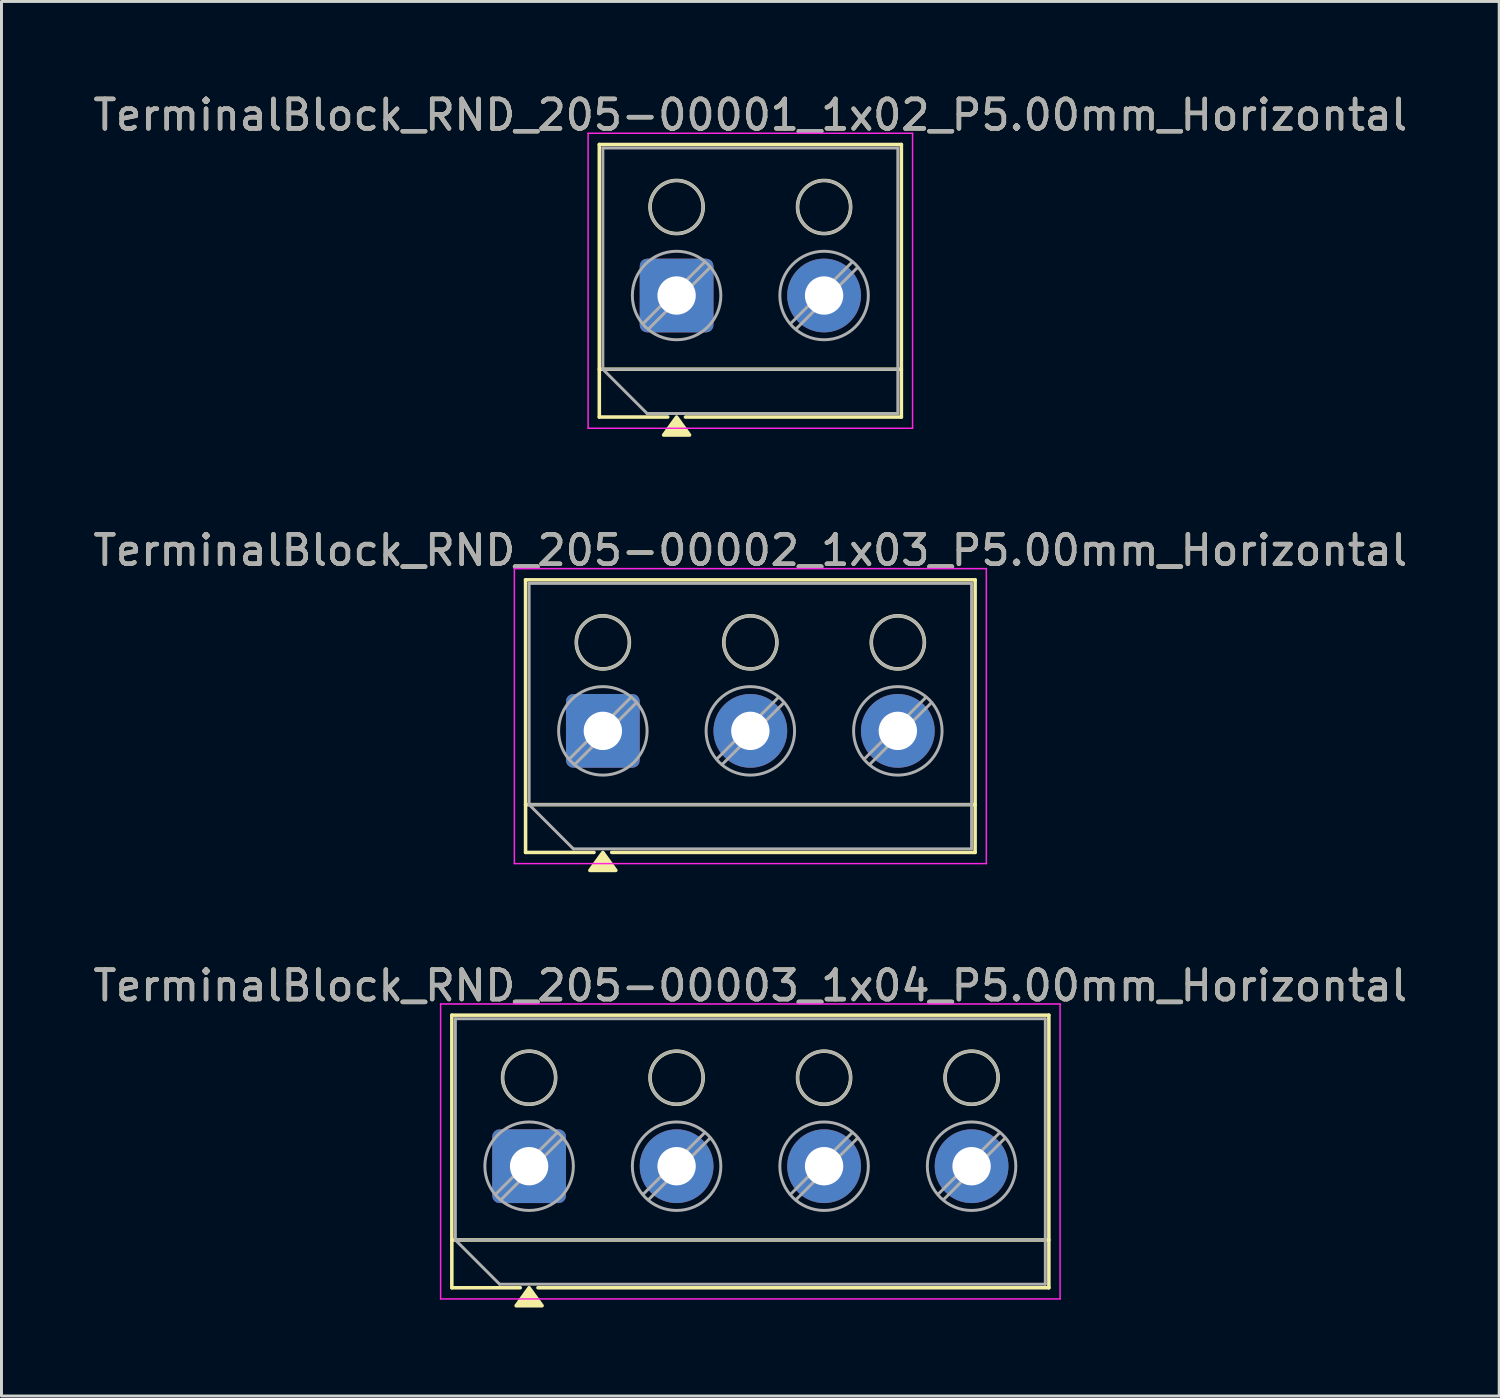
<source format=kicad_pcb>
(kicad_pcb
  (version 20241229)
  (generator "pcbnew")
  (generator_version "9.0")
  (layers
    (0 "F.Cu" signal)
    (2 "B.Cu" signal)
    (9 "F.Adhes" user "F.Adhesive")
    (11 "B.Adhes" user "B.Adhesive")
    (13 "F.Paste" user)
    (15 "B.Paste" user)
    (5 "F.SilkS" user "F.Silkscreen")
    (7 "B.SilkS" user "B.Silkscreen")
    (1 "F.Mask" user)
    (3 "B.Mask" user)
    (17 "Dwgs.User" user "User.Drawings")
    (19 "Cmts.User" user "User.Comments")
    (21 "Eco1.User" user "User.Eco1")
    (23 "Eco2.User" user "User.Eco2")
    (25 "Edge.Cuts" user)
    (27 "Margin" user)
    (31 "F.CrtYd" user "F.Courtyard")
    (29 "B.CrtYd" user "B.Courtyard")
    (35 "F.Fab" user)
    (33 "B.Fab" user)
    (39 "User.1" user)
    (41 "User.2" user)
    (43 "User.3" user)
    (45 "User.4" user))
  (footprint "TerminalBlock_RND_205-00002_1x03_P5.00mm_Horizontal"
    (layer "F.Cu")
    (at 17.387 21.727)
    (property "Reference" "TerminalBlock_RND_205-00002_1x03_P5.00mm_Horizontal" (at 5 -6.12 0) (layer "F.SilkS") (effects (font (size 1 1) (thickness 0.15))))
    (attr through_hole)
    (fp_line (start -2.62 -5.12) (end 12.62 -5.12) (stroke (width 0.12) (type solid)) (layer "F.SilkS"))
    (fp_line (start -2.62 2.5) (end 12.62 2.5) (stroke (width 0.12) (type solid)) (layer "F.SilkS"))
    (fp_line (start -2.62 4.12) (end -2.62 -5.12) (stroke (width 0.12) (type solid)) (layer "F.SilkS"))
    (fp_line (start -0.3 4.12) (end -2.62 4.12) (stroke (width 0.12) (type solid)) (layer "F.SilkS"))
    (fp_line (start 12.62 -5.12) (end 12.62 4.12) (stroke (width 0.12) (type solid)) (layer "F.SilkS"))
    (fp_line (start 12.62 4.12) (end 0.3 4.12) (stroke (width 0.12) (type solid)) (layer "F.SilkS"))
    (fp_circle (center 0 -3) (end 0.9 -3) (stroke (width 0.12) (type solid)) (fill no) (layer "F.SilkS"))
    (fp_circle (center 5 -3) (end 5.9 -3) (stroke (width 0.12) (type solid)) (fill no) (layer "F.SilkS"))
    (fp_circle (center 10 -3) (end 10.9 -3) (stroke (width 0.12) (type solid)) (fill no) (layer "F.SilkS"))
    (fp_poly (pts (xy 0 4.12) (xy 0.44 4.73) (xy -0.44 4.73)) (stroke (width 0.12) (type solid)) (fill yes) (layer "F.SilkS"))
    (fp_line (start -3 -5.5) (end -3 4.5) (stroke (width 0.05) (type solid)) (layer "F.CrtYd"))
    (fp_line (start -3 4.5) (end 13 4.5) (stroke (width 0.05) (type solid)) (layer "F.CrtYd"))
    (fp_line (start 13 -5.5) (end -3 -5.5) (stroke (width 0.05) (type solid)) (layer "F.CrtYd"))
    (fp_line (start 13 4.5) (end 13 -5.5) (stroke (width 0.05) (type solid)) (layer "F.CrtYd"))
    (fp_line (start -2.5 -5) (end 12.5 -5) (stroke (width 0.1) (type solid)) (layer "F.Fab"))
    (fp_line (start -2.5 2.5) (end -2.5 -5) (stroke (width 0.1) (type solid)) (layer "F.Fab"))
    (fp_line (start -2.5 2.5) (end 12.5 2.5) (stroke (width 0.1) (type solid)) (layer "F.Fab"))
    (fp_line (start -1 4) (end -2.5 2.5) (stroke (width 0.1) (type solid)) (layer "F.Fab"))
    (fp_line (start 0.955 -1.138) (end -1.138 0.955) (stroke (width 0.1) (type solid)) (layer "F.Fab"))
    (fp_line (start 1.138 -0.955) (end -0.955 1.138) (stroke (width 0.1) (type solid)) (layer "F.Fab"))
    (fp_line (start 5.955 -1.138) (end 3.862 0.955) (stroke (width 0.1) (type solid)) (layer "F.Fab"))
    (fp_line (start 6.138 -0.955) (end 4.045 1.138) (stroke (width 0.1) (type solid)) (layer "F.Fab"))
    (fp_line (start 10.955 -1.138) (end 8.862 0.955) (stroke (width 0.1) (type solid)) (layer "F.Fab"))
    (fp_line (start 11.138 -0.955) (end 9.045 1.138) (stroke (width 0.1) (type solid)) (layer "F.Fab"))
    (fp_line (start 12.5 -5) (end 12.5 4) (stroke (width 0.1) (type solid)) (layer "F.Fab"))
    (fp_line (start 12.5 4) (end -1 4) (stroke (width 0.1) (type solid)) (layer "F.Fab"))
    (fp_circle (center 0 -3) (end 0.9 -3) (stroke (width 0.1) (type solid)) (fill no) (layer "F.Fab"))
    (fp_circle (center 0 0) (end 1.5 0) (stroke (width 0.1) (type solid)) (fill no) (layer "F.Fab"))
    (fp_circle (center 5 -3) (end 5.9 -3) (stroke (width 0.1) (type solid)) (fill no) (layer "F.Fab"))
    (fp_circle (center 5 0) (end 6.5 0) (stroke (width 0.1) (type solid)) (fill no) (layer "F.Fab"))
    (fp_circle (center 10 -3) (end 10.9 -3) (stroke (width 0.1) (type solid)) (fill no) (layer "F.Fab"))
    (fp_circle (center 10 0) (end 11.5 0) (stroke (width 0.1) (type solid)) (fill no) (layer "F.Fab"))
    (fp_text user "${REFERENCE}" (at 5 -6.12 0) (layer "F.Fab") (effects (font (size 1 1) (thickness 0.15))))
    (pad "1" thru_hole roundrect (at 0 0) (size 2.5 2.5) (drill 1.3) (layers "*.Cu" "*.Mask") (roundrect_rratio 0.1))
    (pad "2" thru_hole circle (at 5 0) (size 2.5 2.5) (drill 1.3) (layers "*.Cu" "*.Mask"))
    (pad "3" thru_hole circle (at 10 0) (size 2.5 2.5) (drill 1.3) (layers "*.Cu" "*.Mask")))
  (footprint "TerminalBlock_RND_205-00003_1x04_P5.00mm_Horizontal"
    (layer "F.Cu")
    (at 14.887 36.485)
    (property "Reference" "TerminalBlock_RND_205-00003_1x04_P5.00mm_Horizontal" (at 7.5 -6.12 0) (layer "F.SilkS") (effects (font (size 1 1) (thickness 0.15))))
    (attr through_hole)
    (fp_line (start -2.62 -5.12) (end 17.62 -5.12) (stroke (width 0.12) (type solid)) (layer "F.SilkS"))
    (fp_line (start -2.62 2.5) (end 17.62 2.5) (stroke (width 0.12) (type solid)) (layer "F.SilkS"))
    (fp_line (start -2.62 4.12) (end -2.62 -5.12) (stroke (width 0.12) (type solid)) (layer "F.SilkS"))
    (fp_line (start -0.3 4.12) (end -2.62 4.12) (stroke (width 0.12) (type solid)) (layer "F.SilkS"))
    (fp_line (start 17.62 -5.12) (end 17.62 4.12) (stroke (width 0.12) (type solid)) (layer "F.SilkS"))
    (fp_line (start 17.62 4.12) (end 0.3 4.12) (stroke (width 0.12) (type solid)) (layer "F.SilkS"))
    (fp_circle (center 0 -3) (end 0.9 -3) (stroke (width 0.12) (type solid)) (fill no) (layer "F.SilkS"))
    (fp_circle (center 5 -3) (end 5.9 -3) (stroke (width 0.12) (type solid)) (fill no) (layer "F.SilkS"))
    (fp_circle (center 10 -3) (end 10.9 -3) (stroke (width 0.12) (type solid)) (fill no) (layer "F.SilkS"))
    (fp_circle (center 15 -3) (end 15.9 -3) (stroke (width 0.12) (type solid)) (fill no) (layer "F.SilkS"))
    (fp_poly (pts (xy 0 4.12) (xy 0.44 4.73) (xy -0.44 4.73)) (stroke (width 0.12) (type solid)) (fill yes) (layer "F.SilkS"))
    (fp_line (start -3 -5.5) (end -3 4.5) (stroke (width 0.05) (type solid)) (layer "F.CrtYd"))
    (fp_line (start -3 4.5) (end 18 4.5) (stroke (width 0.05) (type solid)) (layer "F.CrtYd"))
    (fp_line (start 18 -5.5) (end -3 -5.5) (stroke (width 0.05) (type solid)) (layer "F.CrtYd"))
    (fp_line (start 18 4.5) (end 18 -5.5) (stroke (width 0.05) (type solid)) (layer "F.CrtYd"))
    (fp_line (start -2.5 -5) (end 17.5 -5) (stroke (width 0.1) (type solid)) (layer "F.Fab"))
    (fp_line (start -2.5 2.5) (end -2.5 -5) (stroke (width 0.1) (type solid)) (layer "F.Fab"))
    (fp_line (start -2.5 2.5) (end 17.5 2.5) (stroke (width 0.1) (type solid)) (layer "F.Fab"))
    (fp_line (start -1 4) (end -2.5 2.5) (stroke (width 0.1) (type solid)) (layer "F.Fab"))
    (fp_line (start 0.955 -1.138) (end -1.138 0.955) (stroke (width 0.1) (type solid)) (layer "F.Fab"))
    (fp_line (start 1.138 -0.955) (end -0.955 1.138) (stroke (width 0.1) (type solid)) (layer "F.Fab"))
    (fp_line (start 5.955 -1.138) (end 3.862 0.955) (stroke (width 0.1) (type solid)) (layer "F.Fab"))
    (fp_line (start 6.138 -0.955) (end 4.045 1.138) (stroke (width 0.1) (type solid)) (layer "F.Fab"))
    (fp_line (start 10.955 -1.138) (end 8.862 0.955) (stroke (width 0.1) (type solid)) (layer "F.Fab"))
    (fp_line (start 11.138 -0.955) (end 9.045 1.138) (stroke (width 0.1) (type solid)) (layer "F.Fab"))
    (fp_line (start 15.955 -1.138) (end 13.862 0.955) (stroke (width 0.1) (type solid)) (layer "F.Fab"))
    (fp_line (start 16.138 -0.955) (end 14.045 1.138) (stroke (width 0.1) (type solid)) (layer "F.Fab"))
    (fp_line (start 17.5 -5) (end 17.5 4) (stroke (width 0.1) (type solid)) (layer "F.Fab"))
    (fp_line (start 17.5 4) (end -1 4) (stroke (width 0.1) (type solid)) (layer "F.Fab"))
    (fp_circle (center 0 -3) (end 0.9 -3) (stroke (width 0.1) (type solid)) (fill no) (layer "F.Fab"))
    (fp_circle (center 0 0) (end 1.5 0) (stroke (width 0.1) (type solid)) (fill no) (layer "F.Fab"))
    (fp_circle (center 5 -3) (end 5.9 -3) (stroke (width 0.1) (type solid)) (fill no) (layer "F.Fab"))
    (fp_circle (center 5 0) (end 6.5 0) (stroke (width 0.1) (type solid)) (fill no) (layer "F.Fab"))
    (fp_circle (center 10 -3) (end 10.9 -3) (stroke (width 0.1) (type solid)) (fill no) (layer "F.Fab"))
    (fp_circle (center 10 0) (end 11.5 0) (stroke (width 0.1) (type solid)) (fill no) (layer "F.Fab"))
    (fp_circle (center 15 -3) (end 15.9 -3) (stroke (width 0.1) (type solid)) (fill no) (layer "F.Fab"))
    (fp_circle (center 15 0) (end 16.5 0) (stroke (width 0.1) (type solid)) (fill no) (layer "F.Fab"))
    (fp_text user "${REFERENCE}" (at 7.5 -6.12 0) (layer "F.Fab") (effects (font (size 1 1) (thickness 0.15))))
    (pad "1" thru_hole roundrect (at 0 0) (size 2.5 2.5) (drill 1.3) (layers "*.Cu" "*.Mask") (roundrect_rratio 0.1))
    (pad "2" thru_hole circle (at 5 0) (size 2.5 2.5) (drill 1.3) (layers "*.Cu" "*.Mask"))
    (pad "3" thru_hole circle (at 10 0) (size 2.5 2.5) (drill 1.3) (layers "*.Cu" "*.Mask"))
    (pad "4" thru_hole circle (at 15 0) (size 2.5 2.5) (drill 1.3) (layers "*.Cu" "*.Mask")))
  (footprint "TerminalBlock_RND_205-00001_1x02_P5.00mm_Horizontal"
    (layer "F.Cu")
    (at 19.887 6.968)
    (property "Reference" "TerminalBlock_RND_205-00001_1x02_P5.00mm_Horizontal" (at 2.5 -6.12 0) (layer "F.SilkS") (effects (font (size 1 1) (thickness 0.15))))
    (attr through_hole)
    (fp_line (start -2.62 -5.12) (end 7.62 -5.12) (stroke (width 0.12) (type solid)) (layer "F.SilkS"))
    (fp_line (start -2.62 2.5) (end 7.62 2.5) (stroke (width 0.12) (type solid)) (layer "F.SilkS"))
    (fp_line (start -2.62 4.12) (end -2.62 -5.12) (stroke (width 0.12) (type solid)) (layer "F.SilkS"))
    (fp_line (start -0.3 4.12) (end -2.62 4.12) (stroke (width 0.12) (type solid)) (layer "F.SilkS"))
    (fp_line (start 7.62 -5.12) (end 7.62 4.12) (stroke (width 0.12) (type solid)) (layer "F.SilkS"))
    (fp_line (start 7.62 4.12) (end 0.3 4.12) (stroke (width 0.12) (type solid)) (layer "F.SilkS"))
    (fp_circle (center 0 -3) (end 0.9 -3) (stroke (width 0.12) (type solid)) (fill no) (layer "F.SilkS"))
    (fp_circle (center 5 -3) (end 5.9 -3) (stroke (width 0.12) (type solid)) (fill no) (layer "F.SilkS"))
    (fp_poly (pts (xy 0 4.12) (xy 0.44 4.73) (xy -0.44 4.73)) (stroke (width 0.12) (type solid)) (fill yes) (layer "F.SilkS"))
    (fp_line (start -3 -5.5) (end -3 4.5) (stroke (width 0.05) (type solid)) (layer "F.CrtYd"))
    (fp_line (start -3 4.5) (end 8 4.5) (stroke (width 0.05) (type solid)) (layer "F.CrtYd"))
    (fp_line (start 8 -5.5) (end -3 -5.5) (stroke (width 0.05) (type solid)) (layer "F.CrtYd"))
    (fp_line (start 8 4.5) (end 8 -5.5) (stroke (width 0.05) (type solid)) (layer "F.CrtYd"))
    (fp_line (start -2.5 -5) (end 7.5 -5) (stroke (width 0.1) (type solid)) (layer "F.Fab"))
    (fp_line (start -2.5 2.5) (end -2.5 -5) (stroke (width 0.1) (type solid)) (layer "F.Fab"))
    (fp_line (start -2.5 2.5) (end 7.5 2.5) (stroke (width 0.1) (type solid)) (layer "F.Fab"))
    (fp_line (start -1 4) (end -2.5 2.5) (stroke (width 0.1) (type solid)) (layer "F.Fab"))
    (fp_line (start 0.955 -1.138) (end -1.138 0.955) (stroke (width 0.1) (type solid)) (layer "F.Fab"))
    (fp_line (start 1.138 -0.955) (end -0.955 1.138) (stroke (width 0.1) (type solid)) (layer "F.Fab"))
    (fp_line (start 5.955 -1.138) (end 3.862 0.955) (stroke (width 0.1) (type solid)) (layer "F.Fab"))
    (fp_line (start 6.138 -0.955) (end 4.045 1.138) (stroke (width 0.1) (type solid)) (layer "F.Fab"))
    (fp_line (start 7.5 -5) (end 7.5 4) (stroke (width 0.1) (type solid)) (layer "F.Fab"))
    (fp_line (start 7.5 4) (end -1 4) (stroke (width 0.1) (type solid)) (layer "F.Fab"))
    (fp_circle (center 0 -3) (end 0.9 -3) (stroke (width 0.1) (type solid)) (fill no) (layer "F.Fab"))
    (fp_circle (center 0 0) (end 1.5 0) (stroke (width 0.1) (type solid)) (fill no) (layer "F.Fab"))
    (fp_circle (center 5 -3) (end 5.9 -3) (stroke (width 0.1) (type solid)) (fill no) (layer "F.Fab"))
    (fp_circle (center 5 0) (end 6.5 0) (stroke (width 0.1) (type solid)) (fill no) (layer "F.Fab"))
    (fp_text user "${REFERENCE}" (at 2.5 -6.12 0) (layer "F.Fab") (effects (font (size 1 1) (thickness 0.15))))
    (pad "1" thru_hole roundrect (at 0 0) (size 2.5 2.5) (drill 1.3) (layers "*.Cu" "*.Mask") (roundrect_rratio 0.1))
    (pad "2" thru_hole circle (at 5 0) (size 2.5 2.5) (drill 1.3) (layers "*.Cu" "*.Mask")))
  (gr_rect
    (start -3 -3)
    (end 47.774 44.275)
    (stroke (width 0.1) (type default))
    (fill no)
    (layer "Edge.Cuts")))
</source>
